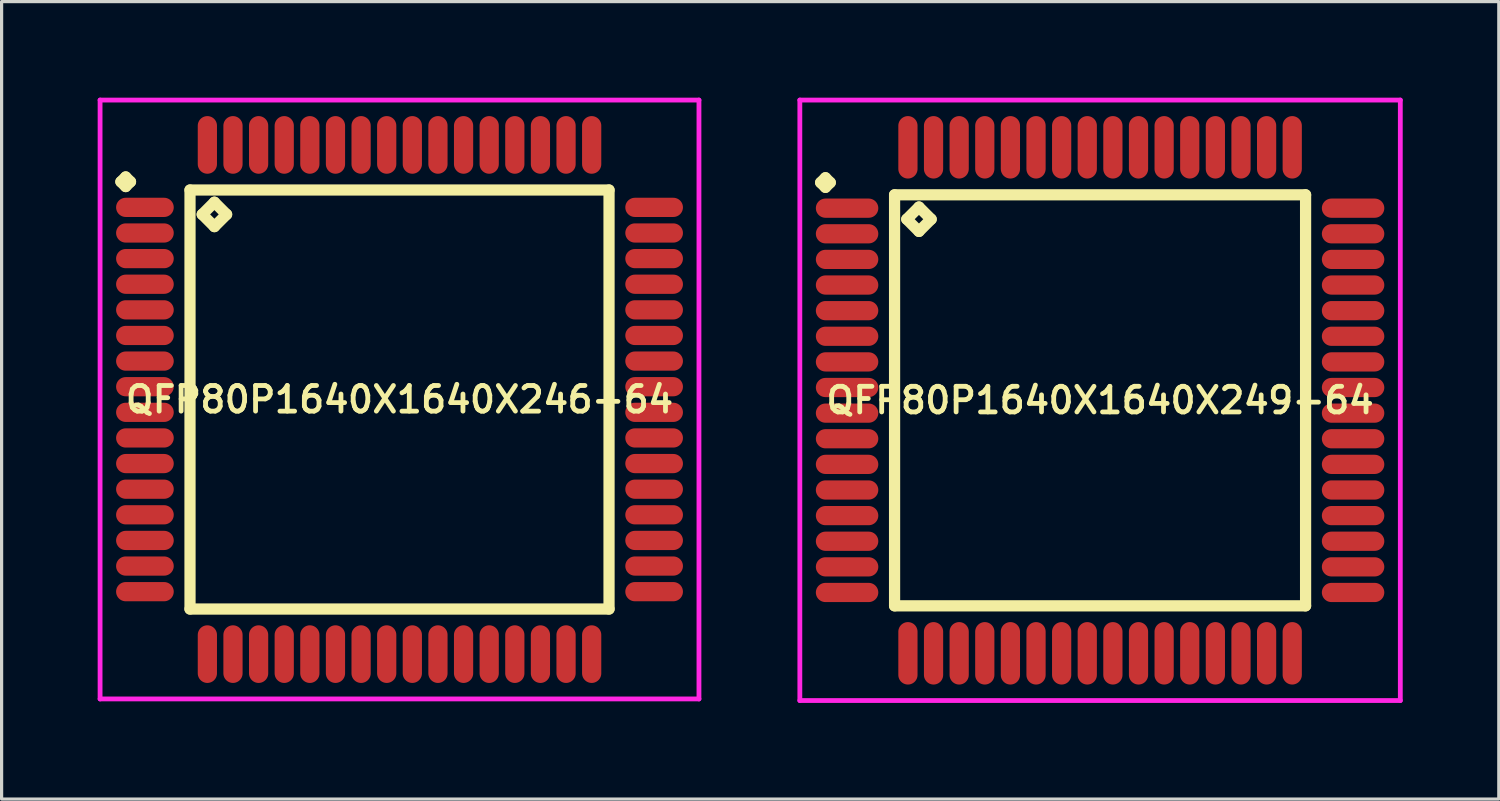
<source format=kicad_pcb>
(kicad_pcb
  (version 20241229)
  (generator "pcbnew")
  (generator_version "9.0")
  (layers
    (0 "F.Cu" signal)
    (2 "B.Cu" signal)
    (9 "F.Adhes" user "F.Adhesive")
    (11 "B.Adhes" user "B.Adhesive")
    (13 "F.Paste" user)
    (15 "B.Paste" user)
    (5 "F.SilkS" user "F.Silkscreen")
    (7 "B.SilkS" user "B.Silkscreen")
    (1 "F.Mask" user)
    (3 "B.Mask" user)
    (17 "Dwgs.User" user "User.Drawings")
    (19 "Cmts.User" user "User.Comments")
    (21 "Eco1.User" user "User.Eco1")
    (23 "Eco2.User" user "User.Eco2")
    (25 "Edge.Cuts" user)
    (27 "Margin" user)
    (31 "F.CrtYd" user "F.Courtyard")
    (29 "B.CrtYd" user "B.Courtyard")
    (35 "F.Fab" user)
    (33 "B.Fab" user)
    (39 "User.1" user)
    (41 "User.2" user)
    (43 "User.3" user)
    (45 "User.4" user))
  (footprint "QFP80P1640X1640X249-64"
    (layer "F.Cu")
    (at 31.3 9.45)
    (property "Reference" "QFP80P1640X1640X249-64" (at 0 0 0) (layer "F.SilkS") (effects (font (size 0.8 0.8) (thickness 0.15))))
    (attr smd)
    (fp_line (start -8.725 -6.8) (end -8.575 -6.95) (stroke (width 0.35) (type solid)) (layer "F.SilkS"))
    (fp_line (start -8.575 -6.95) (end -8.425 -6.8) (stroke (width 0.35) (type solid)) (layer "F.SilkS"))
    (fp_line (start -8.575 -6.65) (end -8.725 -6.8) (stroke (width 0.35) (type solid)) (layer "F.SilkS"))
    (fp_line (start -8.425 -6.8) (end -8.575 -6.65) (stroke (width 0.35) (type solid)) (layer "F.SilkS"))
    (fp_line (start -6.417 -6.417) (end -6.417 6.417) (stroke (width 0.35) (type solid)) (layer "F.SilkS"))
    (fp_line (start -6.417 6.417) (end 6.417 6.417) (stroke (width 0.35) (type solid)) (layer "F.SilkS"))
    (fp_line (start -6.036 -5.655) (end -5.655 -6.036) (stroke (width 0.35) (type solid)) (layer "F.SilkS"))
    (fp_line (start -5.655 -6.036) (end -5.274 -5.655) (stroke (width 0.35) (type solid)) (layer "F.SilkS"))
    (fp_line (start -5.655 -5.274) (end -6.036 -5.655) (stroke (width 0.35) (type solid)) (layer "F.SilkS"))
    (fp_line (start -5.274 -5.655) (end -5.655 -5.274) (stroke (width 0.35) (type solid)) (layer "F.SilkS"))
    (fp_line (start 6.417 -6.417) (end -6.417 -6.417) (stroke (width 0.35) (type solid)) (layer "F.SilkS"))
    (fp_line (start 6.417 6.417) (end 6.417 -6.417) (stroke (width 0.35) (type solid)) (layer "F.SilkS"))
    (fp_line (start -9.375 -9.375) (end 9.375 -9.375) (stroke (width 0.15) (type solid)) (layer "F.CrtYd"))
    (fp_line (start -9.375 9.375) (end -9.375 -9.375) (stroke (width 0.15) (type solid)) (layer "F.CrtYd"))
    (fp_line (start 9.375 -9.375) (end 9.375 9.375) (stroke (width 0.15) (type solid)) (layer "F.CrtYd"))
    (fp_line (start 9.375 9.375) (end -9.375 9.375) (stroke (width 0.15) (type solid)) (layer "F.CrtYd"))
    (pad "1" smd oval (at -7.9 -6) (size 1.95 0.6) (layers "F.Cu" "F.Mask" "F.Paste"))
    (pad "2" smd oval (at -7.9 -5.2) (size 1.95 0.6) (layers "F.Cu" "F.Mask" "F.Paste"))
    (pad "3" smd oval (at -7.9 -4.4) (size 1.95 0.6) (layers "F.Cu" "F.Mask" "F.Paste"))
    (pad "4" smd oval (at -7.9 -3.6) (size 1.95 0.6) (layers "F.Cu" "F.Mask" "F.Paste"))
    (pad "5" smd oval (at -7.9 -2.8) (size 1.95 0.6) (layers "F.Cu" "F.Mask" "F.Paste"))
    (pad "6" smd oval (at -7.9 -2) (size 1.95 0.6) (layers "F.Cu" "F.Mask" "F.Paste"))
    (pad "7" smd oval (at -7.9 -1.2) (size 1.95 0.6) (layers "F.Cu" "F.Mask" "F.Paste"))
    (pad "8" smd oval (at -7.9 -0.4) (size 1.95 0.6) (layers "F.Cu" "F.Mask" "F.Paste"))
    (pad "9" smd oval (at -7.9 0.4) (size 1.95 0.6) (layers "F.Cu" "F.Mask" "F.Paste"))
    (pad "10" smd oval (at -7.9 1.2) (size 1.95 0.6) (layers "F.Cu" "F.Mask" "F.Paste"))
    (pad "11" smd oval (at -7.9 2) (size 1.95 0.6) (layers "F.Cu" "F.Mask" "F.Paste"))
    (pad "12" smd oval (at -7.9 2.8) (size 1.95 0.6) (layers "F.Cu" "F.Mask" "F.Paste"))
    (pad "13" smd oval (at -7.9 3.6) (size 1.95 0.6) (layers "F.Cu" "F.Mask" "F.Paste"))
    (pad "14" smd oval (at -7.9 4.4) (size 1.95 0.6) (layers "F.Cu" "F.Mask" "F.Paste"))
    (pad "15" smd oval (at -7.9 5.2) (size 1.95 0.6) (layers "F.Cu" "F.Mask" "F.Paste"))
    (pad "16" smd oval (at -7.9 6) (size 1.95 0.6) (layers "F.Cu" "F.Mask" "F.Paste"))
    (pad "17" smd oval (at -6 7.9) (size 0.6 1.95) (layers "F.Cu" "F.Mask" "F.Paste"))
    (pad "18" smd oval (at -5.2 7.9) (size 0.6 1.95) (layers "F.Cu" "F.Mask" "F.Paste"))
    (pad "19" smd oval (at -4.4 7.9) (size 0.6 1.95) (layers "F.Cu" "F.Mask" "F.Paste"))
    (pad "20" smd oval (at -3.6 7.9) (size 0.6 1.95) (layers "F.Cu" "F.Mask" "F.Paste"))
    (pad "21" smd oval (at -2.8 7.9) (size 0.6 1.95) (layers "F.Cu" "F.Mask" "F.Paste"))
    (pad "22" smd oval (at -2 7.9) (size 0.6 1.95) (layers "F.Cu" "F.Mask" "F.Paste"))
    (pad "23" smd oval (at -1.2 7.9) (size 0.6 1.95) (layers "F.Cu" "F.Mask" "F.Paste"))
    (pad "24" smd oval (at -0.4 7.9) (size 0.6 1.95) (layers "F.Cu" "F.Mask" "F.Paste"))
    (pad "25" smd oval (at 0.4 7.9) (size 0.6 1.95) (layers "F.Cu" "F.Mask" "F.Paste"))
    (pad "26" smd oval (at 1.2 7.9) (size 0.6 1.95) (layers "F.Cu" "F.Mask" "F.Paste"))
    (pad "27" smd oval (at 2 7.9) (size 0.6 1.95) (layers "F.Cu" "F.Mask" "F.Paste"))
    (pad "28" smd oval (at 2.8 7.9) (size 0.6 1.95) (layers "F.Cu" "F.Mask" "F.Paste"))
    (pad "29" smd oval (at 3.6 7.9) (size 0.6 1.95) (layers "F.Cu" "F.Mask" "F.Paste"))
    (pad "30" smd oval (at 4.4 7.9) (size 0.6 1.95) (layers "F.Cu" "F.Mask" "F.Paste"))
    (pad "31" smd oval (at 5.2 7.9) (size 0.6 1.95) (layers "F.Cu" "F.Mask" "F.Paste"))
    (pad "32" smd oval (at 6 7.9) (size 0.6 1.95) (layers "F.Cu" "F.Mask" "F.Paste"))
    (pad "33" smd oval (at 7.9 6) (size 1.95 0.6) (layers "F.Cu" "F.Mask" "F.Paste"))
    (pad "34" smd oval (at 7.9 5.2) (size 1.95 0.6) (layers "F.Cu" "F.Mask" "F.Paste"))
    (pad "35" smd oval (at 7.9 4.4) (size 1.95 0.6) (layers "F.Cu" "F.Mask" "F.Paste"))
    (pad "36" smd oval (at 7.9 3.6) (size 1.95 0.6) (layers "F.Cu" "F.Mask" "F.Paste"))
    (pad "37" smd oval (at 7.9 2.8) (size 1.95 0.6) (layers "F.Cu" "F.Mask" "F.Paste"))
    (pad "38" smd oval (at 7.9 2) (size 1.95 0.6) (layers "F.Cu" "F.Mask" "F.Paste"))
    (pad "39" smd oval (at 7.9 1.2) (size 1.95 0.6) (layers "F.Cu" "F.Mask" "F.Paste"))
    (pad "40" smd oval (at 7.9 0.4) (size 1.95 0.6) (layers "F.Cu" "F.Mask" "F.Paste"))
    (pad "41" smd oval (at 7.9 -0.4) (size 1.95 0.6) (layers "F.Cu" "F.Mask" "F.Paste"))
    (pad "42" smd oval (at 7.9 -1.2) (size 1.95 0.6) (layers "F.Cu" "F.Mask" "F.Paste"))
    (pad "43" smd oval (at 7.9 -2) (size 1.95 0.6) (layers "F.Cu" "F.Mask" "F.Paste"))
    (pad "44" smd oval (at 7.9 -2.8) (size 1.95 0.6) (layers "F.Cu" "F.Mask" "F.Paste"))
    (pad "45" smd oval (at 7.9 -3.6) (size 1.95 0.6) (layers "F.Cu" "F.Mask" "F.Paste"))
    (pad "46" smd oval (at 7.9 -4.4) (size 1.95 0.6) (layers "F.Cu" "F.Mask" "F.Paste"))
    (pad "47" smd oval (at 7.9 -5.2) (size 1.95 0.6) (layers "F.Cu" "F.Mask" "F.Paste"))
    (pad "48" smd oval (at 7.9 -6) (size 1.95 0.6) (layers "F.Cu" "F.Mask" "F.Paste"))
    (pad "49" smd oval (at 6 -7.9) (size 0.6 1.95) (layers "F.Cu" "F.Mask" "F.Paste"))
    (pad "50" smd oval (at 5.2 -7.9) (size 0.6 1.95) (layers "F.Cu" "F.Mask" "F.Paste"))
    (pad "51" smd oval (at 4.4 -7.9) (size 0.6 1.95) (layers "F.Cu" "F.Mask" "F.Paste"))
    (pad "52" smd oval (at 3.6 -7.9) (size 0.6 1.95) (layers "F.Cu" "F.Mask" "F.Paste"))
    (pad "53" smd oval (at 2.8 -7.9) (size 0.6 1.95) (layers "F.Cu" "F.Mask" "F.Paste"))
    (pad "54" smd oval (at 2 -7.9) (size 0.6 1.95) (layers "F.Cu" "F.Mask" "F.Paste"))
    (pad "55" smd oval (at 1.2 -7.9) (size 0.6 1.95) (layers "F.Cu" "F.Mask" "F.Paste"))
    (pad "56" smd oval (at 0.4 -7.9) (size 0.6 1.95) (layers "F.Cu" "F.Mask" "F.Paste"))
    (pad "57" smd oval (at -0.4 -7.9) (size 0.6 1.95) (layers "F.Cu" "F.Mask" "F.Paste"))
    (pad "58" smd oval (at -1.2 -7.9) (size 0.6 1.95) (layers "F.Cu" "F.Mask" "F.Paste"))
    (pad "59" smd oval (at -2 -7.9) (size 0.6 1.95) (layers "F.Cu" "F.Mask" "F.Paste"))
    (pad "60" smd oval (at -2.8 -7.9) (size 0.6 1.95) (layers "F.Cu" "F.Mask" "F.Paste"))
    (pad "61" smd oval (at -3.6 -7.9) (size 0.6 1.95) (layers "F.Cu" "F.Mask" "F.Paste"))
    (pad "62" smd oval (at -4.4 -7.9) (size 0.6 1.95) (layers "F.Cu" "F.Mask" "F.Paste"))
    (pad "63" smd oval (at -5.2 -7.9) (size 0.6 1.95) (layers "F.Cu" "F.Mask" "F.Paste"))
    (pad "64" smd oval (at -6 -7.9) (size 0.6 1.95) (layers "F.Cu" "F.Mask" "F.Paste")))
  (footprint "QFP80P1640X1640X246-64"
    (layer "F.Cu")
    (at 9.425 9.425)
    (property "Reference" "QFP80P1640X1640X246-64" (at 0 0 0) (layer "F.SilkS") (effects (font (size 0.8 0.8) (thickness 0.15))))
    (attr smd)
    (fp_line (start -8.7 -6.8) (end -8.55 -6.95) (stroke (width 0.35) (type solid)) (layer "F.SilkS"))
    (fp_line (start -8.55 -6.95) (end -8.4 -6.8) (stroke (width 0.35) (type solid)) (layer "F.SilkS"))
    (fp_line (start -8.55 -6.65) (end -8.7 -6.8) (stroke (width 0.35) (type solid)) (layer "F.SilkS"))
    (fp_line (start -8.4 -6.8) (end -8.55 -6.65) (stroke (width 0.35) (type solid)) (layer "F.SilkS"))
    (fp_line (start -6.542 -6.542) (end -6.542 6.542) (stroke (width 0.35) (type solid)) (layer "F.SilkS"))
    (fp_line (start -6.542 6.542) (end 6.542 6.542) (stroke (width 0.35) (type solid)) (layer "F.SilkS"))
    (fp_line (start -6.161 -5.78) (end -5.78 -6.161) (stroke (width 0.35) (type solid)) (layer "F.SilkS"))
    (fp_line (start -5.78 -6.161) (end -5.399 -5.78) (stroke (width 0.35) (type solid)) (layer "F.SilkS"))
    (fp_line (start -5.78 -5.399) (end -6.161 -5.78) (stroke (width 0.35) (type solid)) (layer "F.SilkS"))
    (fp_line (start -5.399 -5.78) (end -5.78 -5.399) (stroke (width 0.35) (type solid)) (layer "F.SilkS"))
    (fp_line (start 6.542 -6.542) (end -6.542 -6.542) (stroke (width 0.35) (type solid)) (layer "F.SilkS"))
    (fp_line (start 6.542 6.542) (end 6.542 -6.542) (stroke (width 0.35) (type solid)) (layer "F.SilkS"))
    (fp_line (start -9.35 -9.35) (end 9.35 -9.35) (stroke (width 0.15) (type solid)) (layer "F.CrtYd"))
    (fp_line (start -9.35 9.35) (end -9.35 -9.35) (stroke (width 0.15) (type solid)) (layer "F.CrtYd"))
    (fp_line (start 9.35 -9.35) (end 9.35 9.35) (stroke (width 0.15) (type solid)) (layer "F.CrtYd"))
    (fp_line (start 9.35 9.35) (end -9.35 9.35) (stroke (width 0.15) (type solid)) (layer "F.CrtYd"))
    (pad "1" smd oval (at -7.95 -6) (size 1.8 0.6) (layers "F.Cu" "F.Mask" "F.Paste"))
    (pad "2" smd oval (at -7.95 -5.2) (size 1.8 0.6) (layers "F.Cu" "F.Mask" "F.Paste"))
    (pad "3" smd oval (at -7.95 -4.4) (size 1.8 0.6) (layers "F.Cu" "F.Mask" "F.Paste"))
    (pad "4" smd oval (at -7.95 -3.6) (size 1.8 0.6) (layers "F.Cu" "F.Mask" "F.Paste"))
    (pad "5" smd oval (at -7.95 -2.8) (size 1.8 0.6) (layers "F.Cu" "F.Mask" "F.Paste"))
    (pad "6" smd oval (at -7.95 -2) (size 1.8 0.6) (layers "F.Cu" "F.Mask" "F.Paste"))
    (pad "7" smd oval (at -7.95 -1.2) (size 1.8 0.6) (layers "F.Cu" "F.Mask" "F.Paste"))
    (pad "8" smd oval (at -7.95 -0.4) (size 1.8 0.6) (layers "F.Cu" "F.Mask" "F.Paste"))
    (pad "9" smd oval (at -7.95 0.4) (size 1.8 0.6) (layers "F.Cu" "F.Mask" "F.Paste"))
    (pad "10" smd oval (at -7.95 1.2) (size 1.8 0.6) (layers "F.Cu" "F.Mask" "F.Paste"))
    (pad "11" smd oval (at -7.95 2) (size 1.8 0.6) (layers "F.Cu" "F.Mask" "F.Paste"))
    (pad "12" smd oval (at -7.95 2.8) (size 1.8 0.6) (layers "F.Cu" "F.Mask" "F.Paste"))
    (pad "13" smd oval (at -7.95 3.6) (size 1.8 0.6) (layers "F.Cu" "F.Mask" "F.Paste"))
    (pad "14" smd oval (at -7.95 4.4) (size 1.8 0.6) (layers "F.Cu" "F.Mask" "F.Paste"))
    (pad "15" smd oval (at -7.95 5.2) (size 1.8 0.6) (layers "F.Cu" "F.Mask" "F.Paste"))
    (pad "16" smd oval (at -7.95 6) (size 1.8 0.6) (layers "F.Cu" "F.Mask" "F.Paste"))
    (pad "17" smd oval (at -6 7.95) (size 0.6 1.8) (layers "F.Cu" "F.Mask" "F.Paste"))
    (pad "18" smd oval (at -5.2 7.95) (size 0.6 1.8) (layers "F.Cu" "F.Mask" "F.Paste"))
    (pad "19" smd oval (at -4.4 7.95) (size 0.6 1.8) (layers "F.Cu" "F.Mask" "F.Paste"))
    (pad "20" smd oval (at -3.6 7.95) (size 0.6 1.8) (layers "F.Cu" "F.Mask" "F.Paste"))
    (pad "21" smd oval (at -2.8 7.95) (size 0.6 1.8) (layers "F.Cu" "F.Mask" "F.Paste"))
    (pad "22" smd oval (at -2 7.95) (size 0.6 1.8) (layers "F.Cu" "F.Mask" "F.Paste"))
    (pad "23" smd oval (at -1.2 7.95) (size 0.6 1.8) (layers "F.Cu" "F.Mask" "F.Paste"))
    (pad "24" smd oval (at -0.4 7.95) (size 0.6 1.8) (layers "F.Cu" "F.Mask" "F.Paste"))
    (pad "25" smd oval (at 0.4 7.95) (size 0.6 1.8) (layers "F.Cu" "F.Mask" "F.Paste"))
    (pad "26" smd oval (at 1.2 7.95) (size 0.6 1.8) (layers "F.Cu" "F.Mask" "F.Paste"))
    (pad "27" smd oval (at 2 7.95) (size 0.6 1.8) (layers "F.Cu" "F.Mask" "F.Paste"))
    (pad "28" smd oval (at 2.8 7.95) (size 0.6 1.8) (layers "F.Cu" "F.Mask" "F.Paste"))
    (pad "29" smd oval (at 3.6 7.95) (size 0.6 1.8) (layers "F.Cu" "F.Mask" "F.Paste"))
    (pad "30" smd oval (at 4.4 7.95) (size 0.6 1.8) (layers "F.Cu" "F.Mask" "F.Paste"))
    (pad "31" smd oval (at 5.2 7.95) (size 0.6 1.8) (layers "F.Cu" "F.Mask" "F.Paste"))
    (pad "32" smd oval (at 6 7.95) (size 0.6 1.8) (layers "F.Cu" "F.Mask" "F.Paste"))
    (pad "33" smd oval (at 7.95 6) (size 1.8 0.6) (layers "F.Cu" "F.Mask" "F.Paste"))
    (pad "34" smd oval (at 7.95 5.2) (size 1.8 0.6) (layers "F.Cu" "F.Mask" "F.Paste"))
    (pad "35" smd oval (at 7.95 4.4) (size 1.8 0.6) (layers "F.Cu" "F.Mask" "F.Paste"))
    (pad "36" smd oval (at 7.95 3.6) (size 1.8 0.6) (layers "F.Cu" "F.Mask" "F.Paste"))
    (pad "37" smd oval (at 7.95 2.8) (size 1.8 0.6) (layers "F.Cu" "F.Mask" "F.Paste"))
    (pad "38" smd oval (at 7.95 2) (size 1.8 0.6) (layers "F.Cu" "F.Mask" "F.Paste"))
    (pad "39" smd oval (at 7.95 1.2) (size 1.8 0.6) (layers "F.Cu" "F.Mask" "F.Paste"))
    (pad "40" smd oval (at 7.95 0.4) (size 1.8 0.6) (layers "F.Cu" "F.Mask" "F.Paste"))
    (pad "41" smd oval (at 7.95 -0.4) (size 1.8 0.6) (layers "F.Cu" "F.Mask" "F.Paste"))
    (pad "42" smd oval (at 7.95 -1.2) (size 1.8 0.6) (layers "F.Cu" "F.Mask" "F.Paste"))
    (pad "43" smd oval (at 7.95 -2) (size 1.8 0.6) (layers "F.Cu" "F.Mask" "F.Paste"))
    (pad "44" smd oval (at 7.95 -2.8) (size 1.8 0.6) (layers "F.Cu" "F.Mask" "F.Paste"))
    (pad "45" smd oval (at 7.95 -3.6) (size 1.8 0.6) (layers "F.Cu" "F.Mask" "F.Paste"))
    (pad "46" smd oval (at 7.95 -4.4) (size 1.8 0.6) (layers "F.Cu" "F.Mask" "F.Paste"))
    (pad "47" smd oval (at 7.95 -5.2) (size 1.8 0.6) (layers "F.Cu" "F.Mask" "F.Paste"))
    (pad "48" smd oval (at 7.95 -6) (size 1.8 0.6) (layers "F.Cu" "F.Mask" "F.Paste"))
    (pad "49" smd oval (at 6 -7.95) (size 0.6 1.8) (layers "F.Cu" "F.Mask" "F.Paste"))
    (pad "50" smd oval (at 5.2 -7.95) (size 0.6 1.8) (layers "F.Cu" "F.Mask" "F.Paste"))
    (pad "51" smd oval (at 4.4 -7.95) (size 0.6 1.8) (layers "F.Cu" "F.Mask" "F.Paste"))
    (pad "52" smd oval (at 3.6 -7.95) (size 0.6 1.8) (layers "F.Cu" "F.Mask" "F.Paste"))
    (pad "53" smd oval (at 2.8 -7.95) (size 0.6 1.8) (layers "F.Cu" "F.Mask" "F.Paste"))
    (pad "54" smd oval (at 2 -7.95) (size 0.6 1.8) (layers "F.Cu" "F.Mask" "F.Paste"))
    (pad "55" smd oval (at 1.2 -7.95) (size 0.6 1.8) (layers "F.Cu" "F.Mask" "F.Paste"))
    (pad "56" smd oval (at 0.4 -7.95) (size 0.6 1.8) (layers "F.Cu" "F.Mask" "F.Paste"))
    (pad "57" smd oval (at -0.4 -7.95) (size 0.6 1.8) (layers "F.Cu" "F.Mask" "F.Paste"))
    (pad "58" smd oval (at -1.2 -7.95) (size 0.6 1.8) (layers "F.Cu" "F.Mask" "F.Paste"))
    (pad "59" smd oval (at -2 -7.95) (size 0.6 1.8) (layers "F.Cu" "F.Mask" "F.Paste"))
    (pad "60" smd oval (at -2.8 -7.95) (size 0.6 1.8) (layers "F.Cu" "F.Mask" "F.Paste"))
    (pad "61" smd oval (at -3.6 -7.95) (size 0.6 1.8) (layers "F.Cu" "F.Mask" "F.Paste"))
    (pad "62" smd oval (at -4.4 -7.95) (size 0.6 1.8) (layers "F.Cu" "F.Mask" "F.Paste"))
    (pad "63" smd oval (at -5.2 -7.95) (size 0.6 1.8) (layers "F.Cu" "F.Mask" "F.Paste"))
    (pad "64" smd oval (at -6 -7.95) (size 0.6 1.8) (layers "F.Cu" "F.Mask" "F.Paste")))
  (gr_rect
    (start -3 -3)
    (end 43.75 21.9)
    (stroke (width 0.1) (type default))
    (fill no)
    (layer "Edge.Cuts")))
</source>
